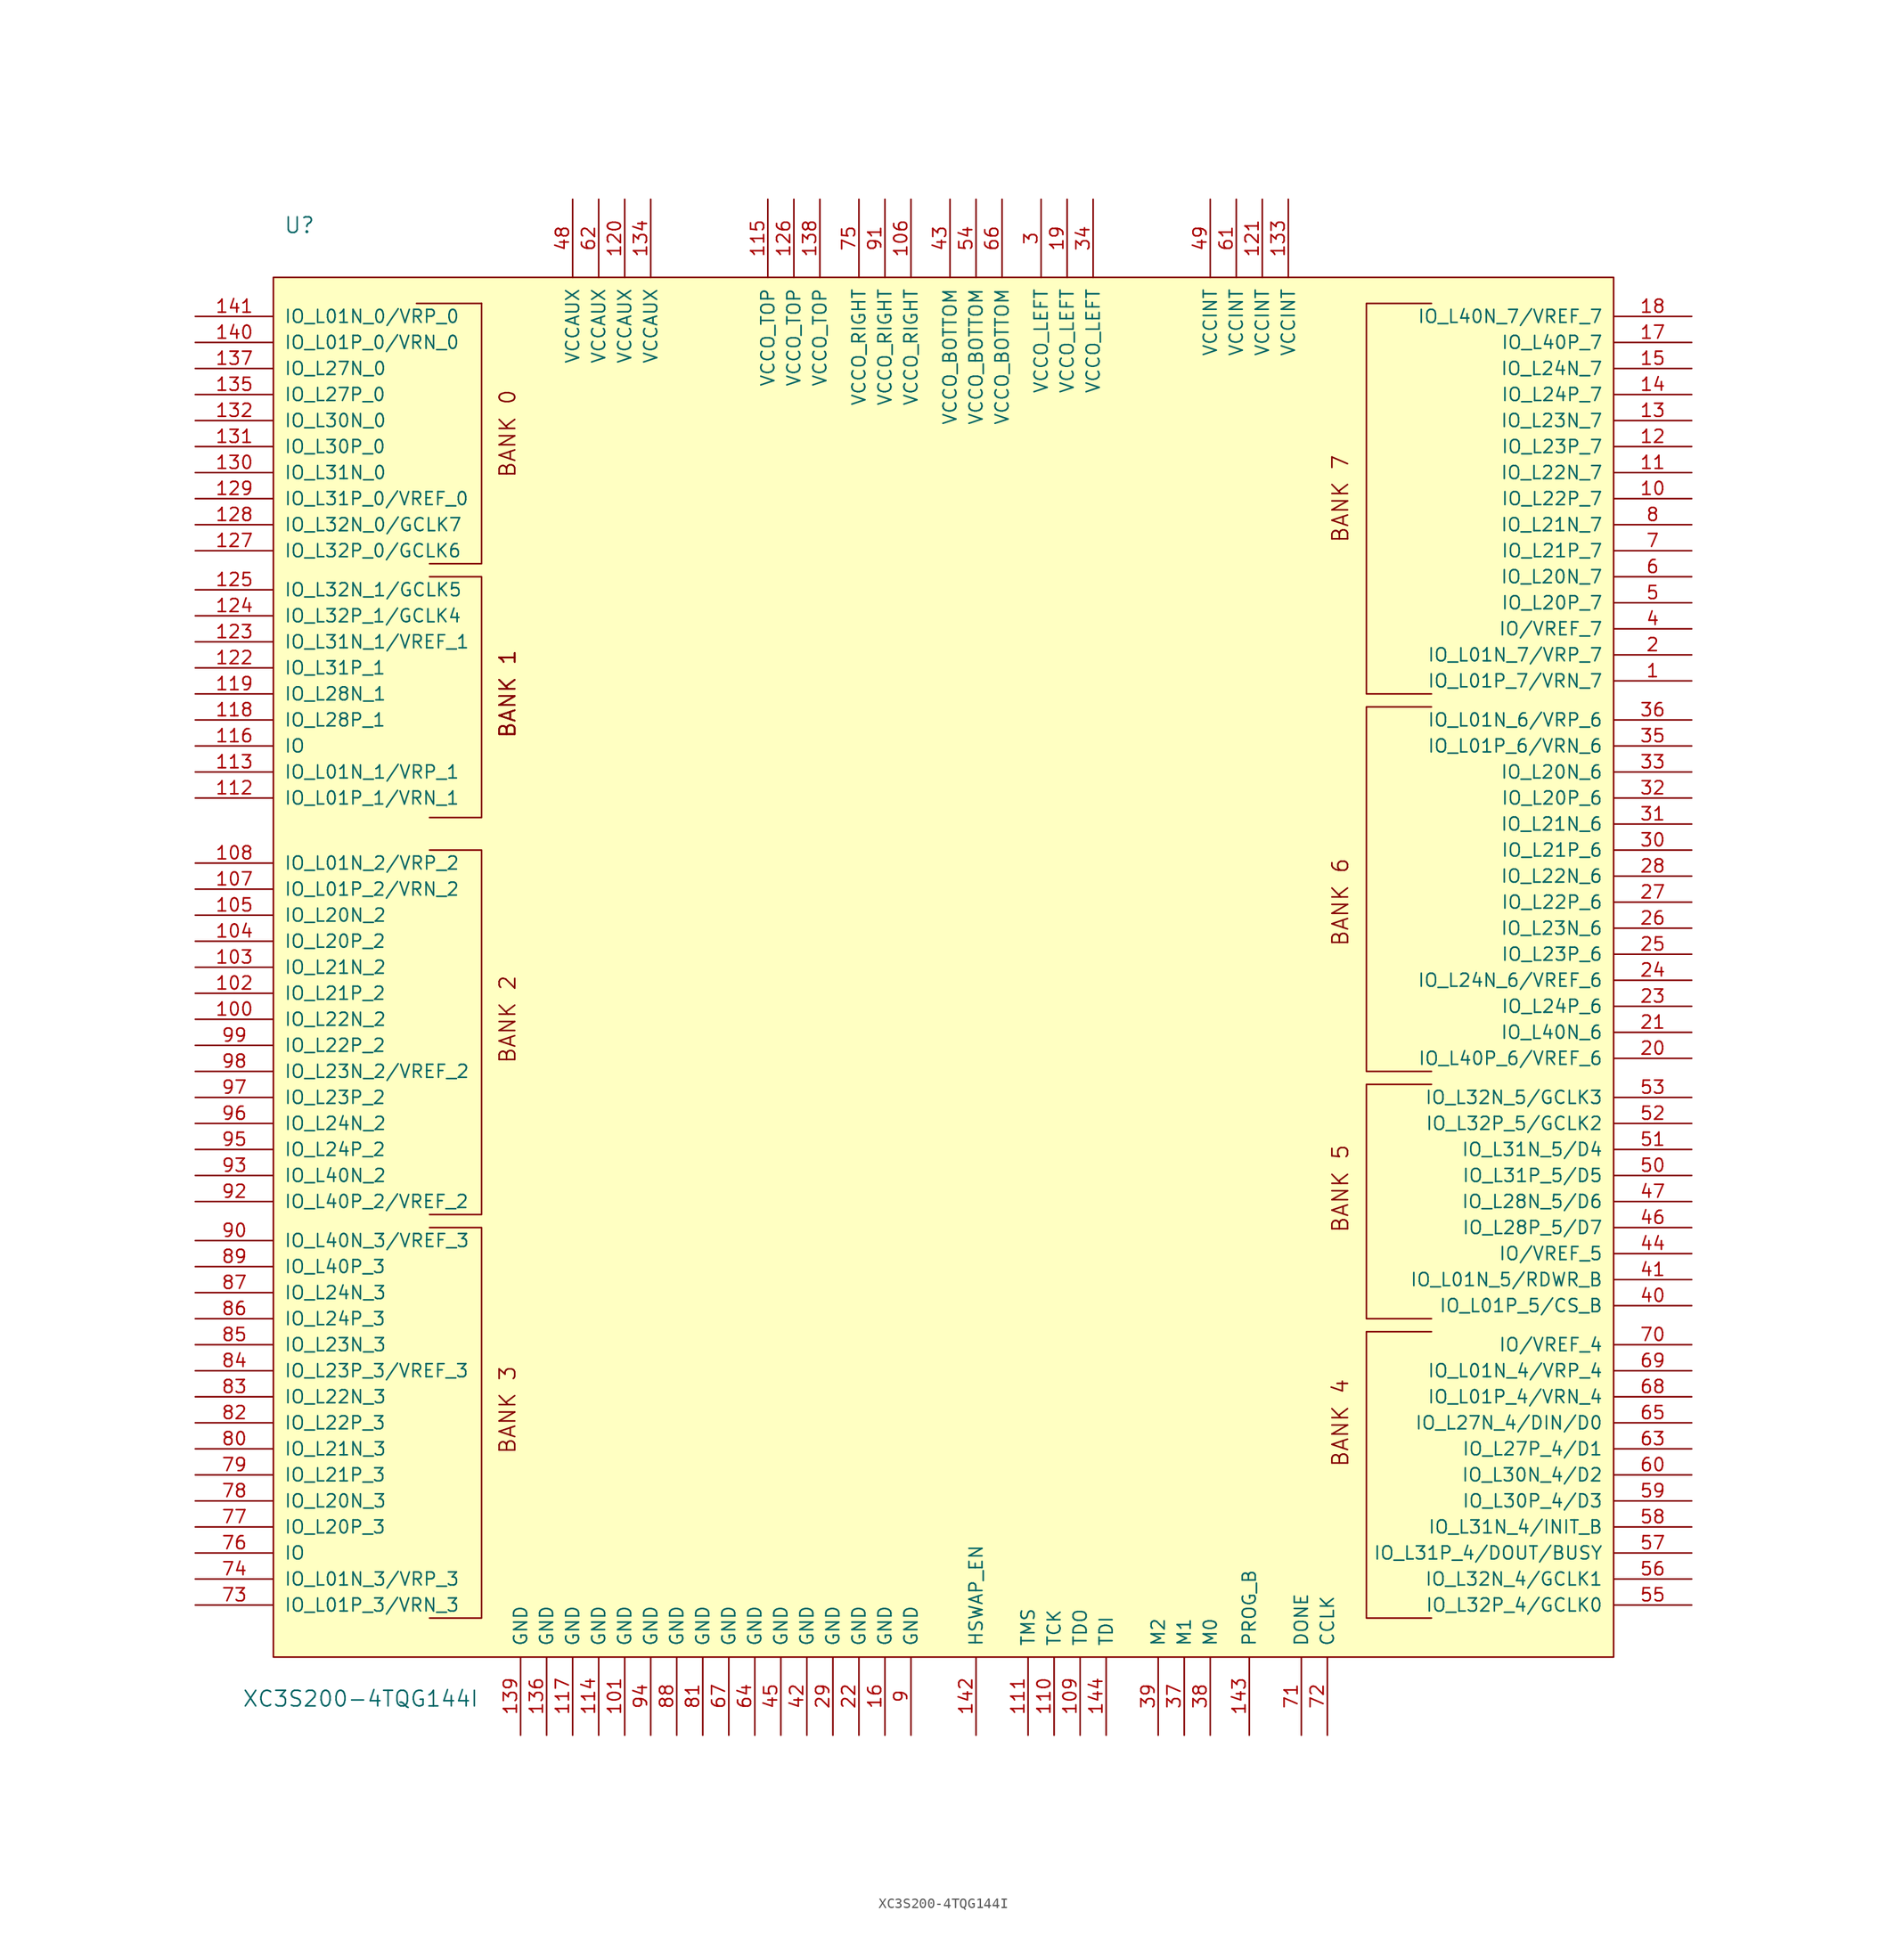
<source format=kicad_sym>
(kicad_symbol_lib
  (version 20220914)
  (generator kicad_symbol_editor)
  (symbol "XC3S200-4TQG144I"
    (pin_names
      (offset 1.016))
    (property "Reference" "U"
      (at -62.23 78.74 0)
      (effects (font (size 1.524 1.524))))
    (property "Value" "XC3S200-4TQG144I"
      (at -56.261 -65.024 0)
      (effects (font (size 1.524 1.524))))
    (symbol "XC3S200-4TQG144I_0_0"
      (polyline (pts (xy -50.8 71.12) (xy -44.45 71.12)) (stroke (width 0) (type solid)) (fill (type none)))
      (polyline (pts (xy -44.45 71.12) (xy -44.45 45.72) (xy -49.53 45.72)) (stroke (width 0) (type solid)) (fill (type none)))
      (polyline (pts (xy -49.53 -19.05) (xy -44.45 -19.05) (xy -44.45 -57.15) (xy -49.53 -57.15)) (stroke (width 0) (type solid)) (fill (type none)))
      (polyline (pts (xy -49.53 17.78) (xy -44.45 17.78) (xy -44.45 -17.78) (xy -49.53 -17.78)) (stroke (width 0) (type solid)) (fill (type none)))
      (polyline (pts (xy 48.26 -29.21) (xy 41.91 -29.21) (xy 41.91 -57.15) (xy 48.26 -57.15)) (stroke (width 0) (type solid)) (fill (type none)))
      (polyline (pts (xy 48.26 -5.08) (xy 41.91 -5.08) (xy 41.91 -27.94) (xy 48.26 -27.94)) (stroke (width 0) (type solid)) (fill (type none)))
      (polyline (pts (xy 48.26 -3.81) (xy 41.91 -3.81) (xy 41.91 31.75) (xy 48.26 31.75)) (stroke (width 0) (type solid)) (fill (type none)))
      (polyline (pts (xy 48.26 71.12) (xy 41.91 71.12) (xy 41.91 33.02) (xy 48.26 33.02)) (stroke (width 0) (type solid)) (fill (type none)))
      (polyline (pts (xy -49.53 44.45) (xy -44.45 44.45) (xy -44.45 20.955) (xy -47.625 20.955) (xy -49.53 20.955)) (stroke (width 0) (type solid)) (fill (type none)))
      (text "BANK 0" (at -41.91 58.42 900) (effects (font (size 1.524 1.524))))
      (text "BANK 1" (at -41.91 33.02 900) (effects (font (size 1.524 1.524))))
      (text "BANK 1" (at -41.91 33.02 900) (effects (font (size 1.524 1.524))))
      (text "BANK 1" (at -41.91 33.02 900) (effects (font (size 1.524 1.524))))
      (text "BANK 1" (at -41.91 33.02 900) (effects (font (size 1.524 1.524))))
      (text "BANK 2" (at -41.91 1.27 900) (effects (font (size 1.524 1.524))))
      (text "BANK 3" (at -41.91 -36.83 900) (effects (font (size 1.524 1.524))))
      (text "BANK 4" (at 39.37 -38.1 900) (effects (font (size 1.524 1.524))))
      (text "BANK 5" (at 39.37 -15.24 900) (effects (font (size 1.524 1.524))))
      (text "BANK 6" (at 39.37 12.7 900) (effects (font (size 1.524 1.524))))
      (text "BANK 7" (at 39.37 52.07 900) (effects (font (size 1.524 1.524)))))
    (symbol "XC3S200-4TQG144I_0_1"
      (rectangle (start -64.77 73.66) (end 66.04 -60.96) (stroke (width 0) (type solid)) (fill (type background))))
    (symbol "XC3S200-4TQG144I_1_1"
      (pin bidirectional line (at 73.66 34.29 180) (length 7.62) (name "IO_L01P_7/VRN_7" (effects (font (size 1.27 1.27)))) (number "1" (effects (font (size 1.27 1.27)))))
      (pin bidirectional line (at 73.66 52.07 180) (length 7.62) (name "IO_L22P_7" (effects (font (size 1.27 1.27)))) (number "10" (effects (font (size 1.27 1.27)))))
      (pin bidirectional line (at -72.39 1.27 0) (length 7.62) (name "IO_L22N_2" (effects (font (size 1.27 1.27)))) (number "100" (effects (font (size 1.27 1.27)))))
      (pin passive line (at -30.48 -68.58 90) (length 7.62) (name "GND" (effects (font (size 1.27 1.27)))) (number "101" (effects (font (size 1.27 1.27)))))
      (pin bidirectional line (at -72.39 3.81 0) (length 7.62) (name "IO_L21P_2" (effects (font (size 1.27 1.27)))) (number "102" (effects (font (size 1.27 1.27)))))
      (pin bidirectional line (at -72.39 6.35 0) (length 7.62) (name "IO_L21N_2" (effects (font (size 1.27 1.27)))) (number "103" (effects (font (size 1.27 1.27)))))
      (pin bidirectional line (at -72.39 8.89 0) (length 7.62) (name "IO_L20P_2" (effects (font (size 1.27 1.27)))) (number "104" (effects (font (size 1.27 1.27)))))
      (pin bidirectional line (at -72.39 11.43 0) (length 7.62) (name "IO_L20N_2" (effects (font (size 1.27 1.27)))) (number "105" (effects (font (size 1.27 1.27)))))
      (pin passive line (at -2.54 81.28 270) (length 7.62) (name "VCCO_RIGHT" (effects (font (size 1.27 1.27)))) (number "106" (effects (font (size 1.27 1.27)))))
      (pin bidirectional line (at -72.39 13.97 0) (length 7.62) (name "IO_L01P_2/VRN_2" (effects (font (size 1.27 1.27)))) (number "107" (effects (font (size 1.27 1.27)))))
      (pin bidirectional line (at -72.39 16.51 0) (length 7.62) (name "IO_L01N_2/VRP_2" (effects (font (size 1.27 1.27)))) (number "108" (effects (font (size 1.27 1.27)))))
      (pin input line (at 13.97 -68.58 90) (length 7.62) (name "TDO" (effects (font (size 1.27 1.27)))) (number "109" (effects (font (size 1.27 1.27)))))
      (pin bidirectional line (at 73.66 54.61 180) (length 7.62) (name "IO_L22N_7" (effects (font (size 1.27 1.27)))) (number "11" (effects (font (size 1.27 1.27)))))
      (pin input line (at 11.43 -68.58 90) (length 7.62) (name "TCK" (effects (font (size 1.27 1.27)))) (number "110" (effects (font (size 1.27 1.27)))))
      (pin input line (at 8.89 -68.58 90) (length 7.62) (name "TMS" (effects (font (size 1.27 1.27)))) (number "111" (effects (font (size 1.27 1.27)))))
      (pin bidirectional line (at -72.39 22.86 0) (length 7.62) (name "IO_L01P_1/VRN_1" (effects (font (size 1.27 1.27)))) (number "112" (effects (font (size 1.27 1.27)))))
      (pin bidirectional line (at -72.39 25.4 0) (length 7.62) (name "IO_L01N_1/VRP_1" (effects (font (size 1.27 1.27)))) (number "113" (effects (font (size 1.27 1.27)))))
      (pin passive line (at -33.02 -68.58 90) (length 7.62) (name "GND" (effects (font (size 1.27 1.27)))) (number "114" (effects (font (size 1.27 1.27)))))
      (pin passive line (at -16.51 81.28 270) (length 7.62) (name "VCCO_TOP" (effects (font (size 1.27 1.27)))) (number "115" (effects (font (size 1.27 1.27)))))
      (pin bidirectional line (at -72.39 27.94 0) (length 7.62) (name "IO" (effects (font (size 1.27 1.27)))) (number "116" (effects (font (size 1.27 1.27)))))
      (pin passive line (at -35.56 -68.58 90) (length 7.62) (name "GND" (effects (font (size 1.27 1.27)))) (number "117" (effects (font (size 1.27 1.27)))))
      (pin bidirectional line (at -72.39 30.48 0) (length 7.62) (name "IO_L28P_1" (effects (font (size 1.27 1.27)))) (number "118" (effects (font (size 1.27 1.27)))))
      (pin bidirectional line (at -72.39 33.02 0) (length 7.62) (name "IO_L28N_1" (effects (font (size 1.27 1.27)))) (number "119" (effects (font (size 1.27 1.27)))))
      (pin bidirectional line (at 73.66 57.15 180) (length 7.62) (name "IO_L23P_7" (effects (font (size 1.27 1.27)))) (number "12" (effects (font (size 1.27 1.27)))))
      (pin power_in line (at -30.48 81.28 270) (length 7.62) (name "VCCAUX" (effects (font (size 1.27 1.27)))) (number "120" (effects (font (size 1.27 1.27)))))
      (pin power_in line (at 31.75 81.28 270) (length 7.62) (name "VCCINT" (effects (font (size 1.27 1.27)))) (number "121" (effects (font (size 1.27 1.27)))))
      (pin bidirectional line (at -72.39 35.56 0) (length 7.62) (name "IO_L31P_1" (effects (font (size 1.27 1.27)))) (number "122" (effects (font (size 1.27 1.27)))))
      (pin bidirectional line (at -72.39 38.1 0) (length 7.62) (name "IO_L31N_1/VREF_1" (effects (font (size 1.27 1.27)))) (number "123" (effects (font (size 1.27 1.27)))))
      (pin bidirectional line (at -72.39 40.64 0) (length 7.62) (name "IO_L32P_1/GCLK4" (effects (font (size 1.27 1.27)))) (number "124" (effects (font (size 1.27 1.27)))))
      (pin bidirectional line (at -72.39 43.18 0) (length 7.62) (name "IO_L32N_1/GCLK5" (effects (font (size 1.27 1.27)))) (number "125" (effects (font (size 1.27 1.27)))))
      (pin passive line (at -13.97 81.28 270) (length 7.62) (name "VCCO_TOP" (effects (font (size 1.27 1.27)))) (number "126" (effects (font (size 1.27 1.27)))))
      (pin bidirectional line (at -72.39 46.99 0) (length 7.62) (name "IO_L32P_0/GCLK6" (effects (font (size 1.27 1.27)))) (number "127" (effects (font (size 1.27 1.27)))))
      (pin bidirectional line (at -72.39 49.53 0) (length 7.62) (name "IO_L32N_0/GCLK7" (effects (font (size 1.27 1.27)))) (number "128" (effects (font (size 1.27 1.27)))))
      (pin bidirectional line (at -72.39 52.07 0) (length 7.62) (name "IO_L31P_0/VREF_0" (effects (font (size 1.27 1.27)))) (number "129" (effects (font (size 1.27 1.27)))))
      (pin bidirectional line (at 73.66 59.69 180) (length 7.62) (name "IO_L23N_7" (effects (font (size 1.27 1.27)))) (number "13" (effects (font (size 1.27 1.27)))))
      (pin bidirectional line (at -72.39 54.61 0) (length 7.62) (name "IO_L31N_0" (effects (font (size 1.27 1.27)))) (number "130" (effects (font (size 1.27 1.27)))))
      (pin bidirectional line (at -72.39 57.15 0) (length 7.62) (name "IO_L30P_0" (effects (font (size 1.27 1.27)))) (number "131" (effects (font (size 1.27 1.27)))))
      (pin bidirectional line (at -72.39 59.69 0) (length 7.62) (name "IO_L30N_0" (effects (font (size 1.27 1.27)))) (number "132" (effects (font (size 1.27 1.27)))))
      (pin power_in line (at 34.29 81.28 270) (length 7.62) (name "VCCINT" (effects (font (size 1.27 1.27)))) (number "133" (effects (font (size 1.27 1.27)))))
      (pin power_in line (at -27.94 81.28 270) (length 7.62) (name "VCCAUX" (effects (font (size 1.27 1.27)))) (number "134" (effects (font (size 1.27 1.27)))))
      (pin bidirectional line (at -72.39 62.23 0) (length 7.62) (name "IO_L27P_0" (effects (font (size 1.27 1.27)))) (number "135" (effects (font (size 1.27 1.27)))))
      (pin passive line (at -38.1 -68.58 90) (length 7.62) (name "GND" (effects (font (size 1.27 1.27)))) (number "136" (effects (font (size 1.27 1.27)))))
      (pin bidirectional line (at -72.39 64.77 0) (length 7.62) (name "IO_L27N_0" (effects (font (size 1.27 1.27)))) (number "137" (effects (font (size 1.27 1.27)))))
      (pin passive line (at -11.43 81.28 270) (length 7.62) (name "VCCO_TOP" (effects (font (size 1.27 1.27)))) (number "138" (effects (font (size 1.27 1.27)))))
      (pin passive line (at -40.64 -68.58 90) (length 7.62) (name "GND" (effects (font (size 1.27 1.27)))) (number "139" (effects (font (size 1.27 1.27)))))
      (pin bidirectional line (at 73.66 62.23 180) (length 7.62) (name "IO_L24P_7" (effects (font (size 1.27 1.27)))) (number "14" (effects (font (size 1.27 1.27)))))
      (pin bidirectional line (at -72.39 67.31 0) (length 7.62) (name "IO_L01P_0/VRN_0" (effects (font (size 1.27 1.27)))) (number "140" (effects (font (size 1.27 1.27)))))
      (pin bidirectional line (at -72.39 69.85 0) (length 7.62) (name "IO_L01N_0/VRP_0" (effects (font (size 1.27 1.27)))) (number "141" (effects (font (size 1.27 1.27)))))
      (pin input line (at 3.81 -68.58 90) (length 7.62) (name "HSWAP_EN" (effects (font (size 1.27 1.27)))) (number "142" (effects (font (size 1.27 1.27)))))
      (pin input line (at 30.48 -68.58 90) (length 7.62) (name "PROG_B" (effects (font (size 1.27 1.27)))) (number "143" (effects (font (size 1.27 1.27)))))
      (pin input line (at 16.51 -68.58 90) (length 7.62) (name "TDI" (effects (font (size 1.27 1.27)))) (number "144" (effects (font (size 1.27 1.27)))))
      (pin bidirectional line (at 73.66 64.77 180) (length 7.62) (name "IO_L24N_7" (effects (font (size 1.27 1.27)))) (number "15" (effects (font (size 1.27 1.27)))))
      (pin passive line (at -5.08 -68.58 90) (length 7.62) (name "GND" (effects (font (size 1.27 1.27)))) (number "16" (effects (font (size 1.27 1.27)))))
      (pin bidirectional line (at 73.66 67.31 180) (length 7.62) (name "IO_L40P_7" (effects (font (size 1.27 1.27)))) (number "17" (effects (font (size 1.27 1.27)))))
      (pin bidirectional line (at 73.66 69.85 180) (length 7.62) (name "IO_L40N_7/VREF_7" (effects (font (size 1.27 1.27)))) (number "18" (effects (font (size 1.27 1.27)))))
      (pin passive line (at 12.7 81.28 270) (length 7.62) (name "VCCO_LEFT" (effects (font (size 1.27 1.27)))) (number "19" (effects (font (size 1.27 1.27)))))
      (pin bidirectional line (at 73.66 36.83 180) (length 7.62) (name "IO_L01N_7/VRP_7" (effects (font (size 1.27 1.27)))) (number "2" (effects (font (size 1.27 1.27)))))
      (pin bidirectional line (at 73.66 -2.54 180) (length 7.62) (name "IO_L40P_6/VREF_6" (effects (font (size 1.27 1.27)))) (number "20" (effects (font (size 1.27 1.27)))))
      (pin bidirectional line (at 73.66 0 180) (length 7.62) (name "IO_L40N_6" (effects (font (size 1.27 1.27)))) (number "21" (effects (font (size 1.27 1.27)))))
      (pin passive line (at -7.62 -68.58 90) (length 7.62) (name "GND" (effects (font (size 1.27 1.27)))) (number "22" (effects (font (size 1.27 1.27)))))
      (pin bidirectional line (at 73.66 2.54 180) (length 7.62) (name "IO_L24P_6" (effects (font (size 1.27 1.27)))) (number "23" (effects (font (size 1.27 1.27)))))
      (pin bidirectional line (at 73.66 5.08 180) (length 7.62) (name "IO_L24N_6/VREF_6" (effects (font (size 1.27 1.27)))) (number "24" (effects (font (size 1.27 1.27)))))
      (pin bidirectional line (at 73.66 7.62 180) (length 7.62) (name "IO_L23P_6" (effects (font (size 1.27 1.27)))) (number "25" (effects (font (size 1.27 1.27)))))
      (pin bidirectional line (at 73.66 10.16 180) (length 7.62) (name "IO_L23N_6" (effects (font (size 1.27 1.27)))) (number "26" (effects (font (size 1.27 1.27)))))
      (pin bidirectional line (at 73.66 12.7 180) (length 7.62) (name "IO_L22P_6" (effects (font (size 1.27 1.27)))) (number "27" (effects (font (size 1.27 1.27)))))
      (pin bidirectional line (at 73.66 15.24 180) (length 7.62) (name "IO_L22N_6" (effects (font (size 1.27 1.27)))) (number "28" (effects (font (size 1.27 1.27)))))
      (pin passive line (at -10.16 -68.58 90) (length 7.62) (name "GND" (effects (font (size 1.27 1.27)))) (number "29" (effects (font (size 1.27 1.27)))))
      (pin passive line (at 10.16 81.28 270) (length 7.62) (name "VCCO_LEFT" (effects (font (size 1.27 1.27)))) (number "3" (effects (font (size 1.27 1.27)))))
      (pin bidirectional line (at 73.66 17.78 180) (length 7.62) (name "IO_L21P_6" (effects (font (size 1.27 1.27)))) (number "30" (effects (font (size 1.27 1.27)))))
      (pin bidirectional line (at 73.66 20.32 180) (length 7.62) (name "IO_L21N_6" (effects (font (size 1.27 1.27)))) (number "31" (effects (font (size 1.27 1.27)))))
      (pin bidirectional line (at 73.66 22.86 180) (length 7.62) (name "IO_L20P_6" (effects (font (size 1.27 1.27)))) (number "32" (effects (font (size 1.27 1.27)))))
      (pin bidirectional line (at 73.66 25.4 180) (length 7.62) (name "IO_L20N_6" (effects (font (size 1.27 1.27)))) (number "33" (effects (font (size 1.27 1.27)))))
      (pin passive line (at 15.24 81.28 270) (length 7.62) (name "VCCO_LEFT" (effects (font (size 1.27 1.27)))) (number "34" (effects (font (size 1.27 1.27)))))
      (pin bidirectional line (at 73.66 27.94 180) (length 7.62) (name "IO_L01P_6/VRN_6" (effects (font (size 1.27 1.27)))) (number "35" (effects (font (size 1.27 1.27)))))
      (pin bidirectional line (at 73.66 30.48 180) (length 7.62) (name "IO_L01N_6/VRP_6" (effects (font (size 1.27 1.27)))) (number "36" (effects (font (size 1.27 1.27)))))
      (pin input line (at 24.13 -68.58 90) (length 7.62) (name "M1" (effects (font (size 1.27 1.27)))) (number "37" (effects (font (size 1.27 1.27)))))
      (pin input line (at 26.67 -68.58 90) (length 7.62) (name "M0" (effects (font (size 1.27 1.27)))) (number "38" (effects (font (size 1.27 1.27)))))
      (pin input line (at 21.59 -68.58 90) (length 7.62) (name "M2" (effects (font (size 1.27 1.27)))) (number "39" (effects (font (size 1.27 1.27)))))
      (pin bidirectional line (at 73.66 39.37 180) (length 7.62) (name "IO/VREF_7" (effects (font (size 1.27 1.27)))) (number "4" (effects (font (size 1.27 1.27)))))
      (pin bidirectional line (at 73.66 -26.67 180) (length 7.62) (name "IO_L01P_5/CS_B" (effects (font (size 1.27 1.27)))) (number "40" (effects (font (size 1.27 1.27)))))
      (pin bidirectional line (at 73.66 -24.13 180) (length 7.62) (name "IO_L01N_5/RDWR_B" (effects (font (size 1.27 1.27)))) (number "41" (effects (font (size 1.27 1.27)))))
      (pin passive line (at -12.7 -68.58 90) (length 7.62) (name "GND" (effects (font (size 1.27 1.27)))) (number "42" (effects (font (size 1.27 1.27)))))
      (pin passive line (at 1.27 81.28 270) (length 7.62) (name "VCCO_BOTTOM" (effects (font (size 1.27 1.27)))) (number "43" (effects (font (size 1.27 1.27)))))
      (pin bidirectional line (at 73.66 -21.59 180) (length 7.62) (name "IO/VREF_5" (effects (font (size 1.27 1.27)))) (number "44" (effects (font (size 1.27 1.27)))))
      (pin passive line (at -15.24 -68.58 90) (length 7.62) (name "GND" (effects (font (size 1.27 1.27)))) (number "45" (effects (font (size 1.27 1.27)))))
      (pin bidirectional line (at 73.66 -19.05 180) (length 7.62) (name "IO_L28P_5/D7" (effects (font (size 1.27 1.27)))) (number "46" (effects (font (size 1.27 1.27)))))
      (pin bidirectional line (at 73.66 -16.51 180) (length 7.62) (name "IO_L28N_5/D6" (effects (font (size 1.27 1.27)))) (number "47" (effects (font (size 1.27 1.27)))))
      (pin power_in line (at -35.56 81.28 270) (length 7.62) (name "VCCAUX" (effects (font (size 1.27 1.27)))) (number "48" (effects (font (size 1.27 1.27)))))
      (pin power_in line (at 26.67 81.28 270) (length 7.62) (name "VCCINT" (effects (font (size 1.27 1.27)))) (number "49" (effects (font (size 1.27 1.27)))))
      (pin bidirectional line (at 73.66 41.91 180) (length 7.62) (name "IO_L20P_7" (effects (font (size 1.27 1.27)))) (number "5" (effects (font (size 1.27 1.27)))))
      (pin bidirectional line (at 73.66 -13.97 180) (length 7.62) (name "IO_L31P_5/D5" (effects (font (size 1.27 1.27)))) (number "50" (effects (font (size 1.27 1.27)))))
      (pin bidirectional line (at 73.66 -11.43 180) (length 7.62) (name "IO_L31N_5/D4" (effects (font (size 1.27 1.27)))) (number "51" (effects (font (size 1.27 1.27)))))
      (pin bidirectional line (at 73.66 -8.89 180) (length 7.62) (name "IO_L32P_5/GCLK2" (effects (font (size 1.27 1.27)))) (number "52" (effects (font (size 1.27 1.27)))))
      (pin bidirectional line (at 73.66 -6.35 180) (length 7.62) (name "IO_L32N_5/GCLK3" (effects (font (size 1.27 1.27)))) (number "53" (effects (font (size 1.27 1.27)))))
      (pin passive line (at 3.81 81.28 270) (length 7.62) (name "VCCO_BOTTOM" (effects (font (size 1.27 1.27)))) (number "54" (effects (font (size 1.27 1.27)))))
      (pin bidirectional line (at 73.66 -55.88 180) (length 7.62) (name "IO_L32P_4/GCLK0" (effects (font (size 1.27 1.27)))) (number "55" (effects (font (size 1.27 1.27)))))
      (pin bidirectional line (at 73.66 -53.34 180) (length 7.62) (name "IO_L32N_4/GCLK1" (effects (font (size 1.27 1.27)))) (number "56" (effects (font (size 1.27 1.27)))))
      (pin bidirectional line (at 73.66 -50.8 180) (length 7.62) (name "IO_L31P_4/DOUT/BUSY" (effects (font (size 1.27 1.27)))) (number "57" (effects (font (size 1.27 1.27)))))
      (pin bidirectional line (at 73.66 -48.26 180) (length 7.62) (name "IO_L31N_4/INIT_B" (effects (font (size 1.27 1.27)))) (number "58" (effects (font (size 1.27 1.27)))))
      (pin bidirectional line (at 73.66 -45.72 180) (length 7.62) (name "IO_L30P_4/D3" (effects (font (size 1.27 1.27)))) (number "59" (effects (font (size 1.27 1.27)))))
      (pin bidirectional line (at 73.66 44.45 180) (length 7.62) (name "IO_L20N_7" (effects (font (size 1.27 1.27)))) (number "6" (effects (font (size 1.27 1.27)))))
      (pin bidirectional line (at 73.66 -43.18 180) (length 7.62) (name "IO_L30N_4/D2" (effects (font (size 1.27 1.27)))) (number "60" (effects (font (size 1.27 1.27)))))
      (pin power_in line (at 29.21 81.28 270) (length 7.62) (name "VCCINT" (effects (font (size 1.27 1.27)))) (number "61" (effects (font (size 1.27 1.27)))))
      (pin power_in line (at -33.02 81.28 270) (length 7.62) (name "VCCAUX" (effects (font (size 1.27 1.27)))) (number "62" (effects (font (size 1.27 1.27)))))
      (pin bidirectional line (at 73.66 -40.64 180) (length 7.62) (name "IO_L27P_4/D1" (effects (font (size 1.27 1.27)))) (number "63" (effects (font (size 1.27 1.27)))))
      (pin passive line (at -17.78 -68.58 90) (length 7.62) (name "GND" (effects (font (size 1.27 1.27)))) (number "64" (effects (font (size 1.27 1.27)))))
      (pin bidirectional line (at 73.66 -38.1 180) (length 7.62) (name "IO_L27N_4/DIN/D0" (effects (font (size 1.27 1.27)))) (number "65" (effects (font (size 1.27 1.27)))))
      (pin passive line (at 6.35 81.28 270) (length 7.62) (name "VCCO_BOTTOM" (effects (font (size 1.27 1.27)))) (number "66" (effects (font (size 1.27 1.27)))))
      (pin passive line (at -20.32 -68.58 90) (length 7.62) (name "GND" (effects (font (size 1.27 1.27)))) (number "67" (effects (font (size 1.27 1.27)))))
      (pin bidirectional line (at 73.66 -35.56 180) (length 7.62) (name "IO_L01P_4/VRN_4" (effects (font (size 1.27 1.27)))) (number "68" (effects (font (size 1.27 1.27)))))
      (pin bidirectional line (at 73.66 -33.02 180) (length 7.62) (name "IO_L01N_4/VRP_4" (effects (font (size 1.27 1.27)))) (number "69" (effects (font (size 1.27 1.27)))))
      (pin bidirectional line (at 73.66 46.99 180) (length 7.62) (name "IO_L21P_7" (effects (font (size 1.27 1.27)))) (number "7" (effects (font (size 1.27 1.27)))))
      (pin bidirectional line (at 73.66 -30.48 180) (length 7.62) (name "IO/VREF_4" (effects (font (size 1.27 1.27)))) (number "70" (effects (font (size 1.27 1.27)))))
      (pin input line (at 35.56 -68.58 90) (length 7.62) (name "DONE" (effects (font (size 1.27 1.27)))) (number "71" (effects (font (size 1.27 1.27)))))
      (pin input line (at 38.1 -68.58 90) (length 7.62) (name "CCLK" (effects (font (size 1.27 1.27)))) (number "72" (effects (font (size 1.27 1.27)))))
      (pin bidirectional line (at -72.39 -55.88 0) (length 7.62) (name "IO_L01P_3/VRN_3" (effects (font (size 1.27 1.27)))) (number "73" (effects (font (size 1.27 1.27)))))
      (pin bidirectional line (at -72.39 -53.34 0) (length 7.62) (name "IO_L01N_3/VRP_3" (effects (font (size 1.27 1.27)))) (number "74" (effects (font (size 1.27 1.27)))))
      (pin passive line (at -7.62 81.28 270) (length 7.62) (name "VCCO_RIGHT" (effects (font (size 1.27 1.27)))) (number "75" (effects (font (size 1.27 1.27)))))
      (pin bidirectional line (at -72.39 -50.8 0) (length 7.62) (name "IO" (effects (font (size 1.27 1.27)))) (number "76" (effects (font (size 1.27 1.27)))))
      (pin bidirectional line (at -72.39 -48.26 0) (length 7.62) (name "IO_L20P_3" (effects (font (size 1.27 1.27)))) (number "77" (effects (font (size 1.27 1.27)))))
      (pin bidirectional line (at -72.39 -45.72 0) (length 7.62) (name "IO_L20N_3" (effects (font (size 1.27 1.27)))) (number "78" (effects (font (size 1.27 1.27)))))
      (pin bidirectional line (at -72.39 -43.18 0) (length 7.62) (name "IO_L21P_3" (effects (font (size 1.27 1.27)))) (number "79" (effects (font (size 1.27 1.27)))))
      (pin bidirectional line (at 73.66 49.53 180) (length 7.62) (name "IO_L21N_7" (effects (font (size 1.27 1.27)))) (number "8" (effects (font (size 1.27 1.27)))))
      (pin bidirectional line (at -72.39 -40.64 0) (length 7.62) (name "IO_L21N_3" (effects (font (size 1.27 1.27)))) (number "80" (effects (font (size 1.27 1.27)))))
      (pin passive line (at -22.86 -68.58 90) (length 7.62) (name "GND" (effects (font (size 1.27 1.27)))) (number "81" (effects (font (size 1.27 1.27)))))
      (pin bidirectional line (at -72.39 -38.1 0) (length 7.62) (name "IO_L22P_3" (effects (font (size 1.27 1.27)))) (number "82" (effects (font (size 1.27 1.27)))))
      (pin bidirectional line (at -72.39 -35.56 0) (length 7.62) (name "IO_L22N_3" (effects (font (size 1.27 1.27)))) (number "83" (effects (font (size 1.27 1.27)))))
      (pin bidirectional line (at -72.39 -33.02 0) (length 7.62) (name "IO_L23P_3/VREF_3" (effects (font (size 1.27 1.27)))) (number "84" (effects (font (size 1.27 1.27)))))
      (pin bidirectional line (at -72.39 -30.48 0) (length 7.62) (name "IO_L23N_3" (effects (font (size 1.27 1.27)))) (number "85" (effects (font (size 1.27 1.27)))))
      (pin bidirectional line (at -72.39 -27.94 0) (length 7.62) (name "IO_L24P_3" (effects (font (size 1.27 1.27)))) (number "86" (effects (font (size 1.27 1.27)))))
      (pin bidirectional line (at -72.39 -25.4 0) (length 7.62) (name "IO_L24N_3" (effects (font (size 1.27 1.27)))) (number "87" (effects (font (size 1.27 1.27)))))
      (pin passive line (at -25.4 -68.58 90) (length 7.62) (name "GND" (effects (font (size 1.27 1.27)))) (number "88" (effects (font (size 1.27 1.27)))))
      (pin bidirectional line (at -72.39 -22.86 0) (length 7.62) (name "IO_L40P_3" (effects (font (size 1.27 1.27)))) (number "89" (effects (font (size 1.27 1.27)))))
      (pin passive line (at -2.54 -68.58 90) (length 7.62) (name "GND" (effects (font (size 1.27 1.27)))) (number "9" (effects (font (size 1.27 1.27)))))
      (pin bidirectional line (at -72.39 -20.32 0) (length 7.62) (name "IO_L40N_3/VREF_3" (effects (font (size 1.27 1.27)))) (number "90" (effects (font (size 1.27 1.27)))))
      (pin passive line (at -5.08 81.28 270) (length 7.62) (name "VCCO_RIGHT" (effects (font (size 1.27 1.27)))) (number "91" (effects (font (size 1.27 1.27)))))
      (pin bidirectional line (at -72.39 -16.51 0) (length 7.62) (name "IO_L40P_2/VREF_2" (effects (font (size 1.27 1.27)))) (number "92" (effects (font (size 1.27 1.27)))))
      (pin bidirectional line (at -72.39 -13.97 0) (length 7.62) (name "IO_L40N_2" (effects (font (size 1.27 1.27)))) (number "93" (effects (font (size 1.27 1.27)))))
      (pin passive line (at -27.94 -68.58 90) (length 7.62) (name "GND" (effects (font (size 1.27 1.27)))) (number "94" (effects (font (size 1.27 1.27)))))
      (pin bidirectional line (at -72.39 -11.43 0) (length 7.62) (name "IO_L24P_2" (effects (font (size 1.27 1.27)))) (number "95" (effects (font (size 1.27 1.27)))))
      (pin bidirectional line (at -72.39 -8.89 0) (length 7.62) (name "IO_L24N_2" (effects (font (size 1.27 1.27)))) (number "96" (effects (font (size 1.27 1.27)))))
      (pin bidirectional line (at -72.39 -6.35 0) (length 7.62) (name "IO_L23P_2" (effects (font (size 1.27 1.27)))) (number "97" (effects (font (size 1.27 1.27)))))
      (pin bidirectional line (at -72.39 -3.81 0) (length 7.62) (name "IO_L23N_2/VREF_2" (effects (font (size 1.27 1.27)))) (number "98" (effects (font (size 1.27 1.27)))))
      (pin bidirectional line (at -72.39 -1.27 0) (length 7.62) (name "IO_L22P_2" (effects (font (size 1.27 1.27)))) (number "99" (effects (font (size 1.27 1.27))))))))
</source>
